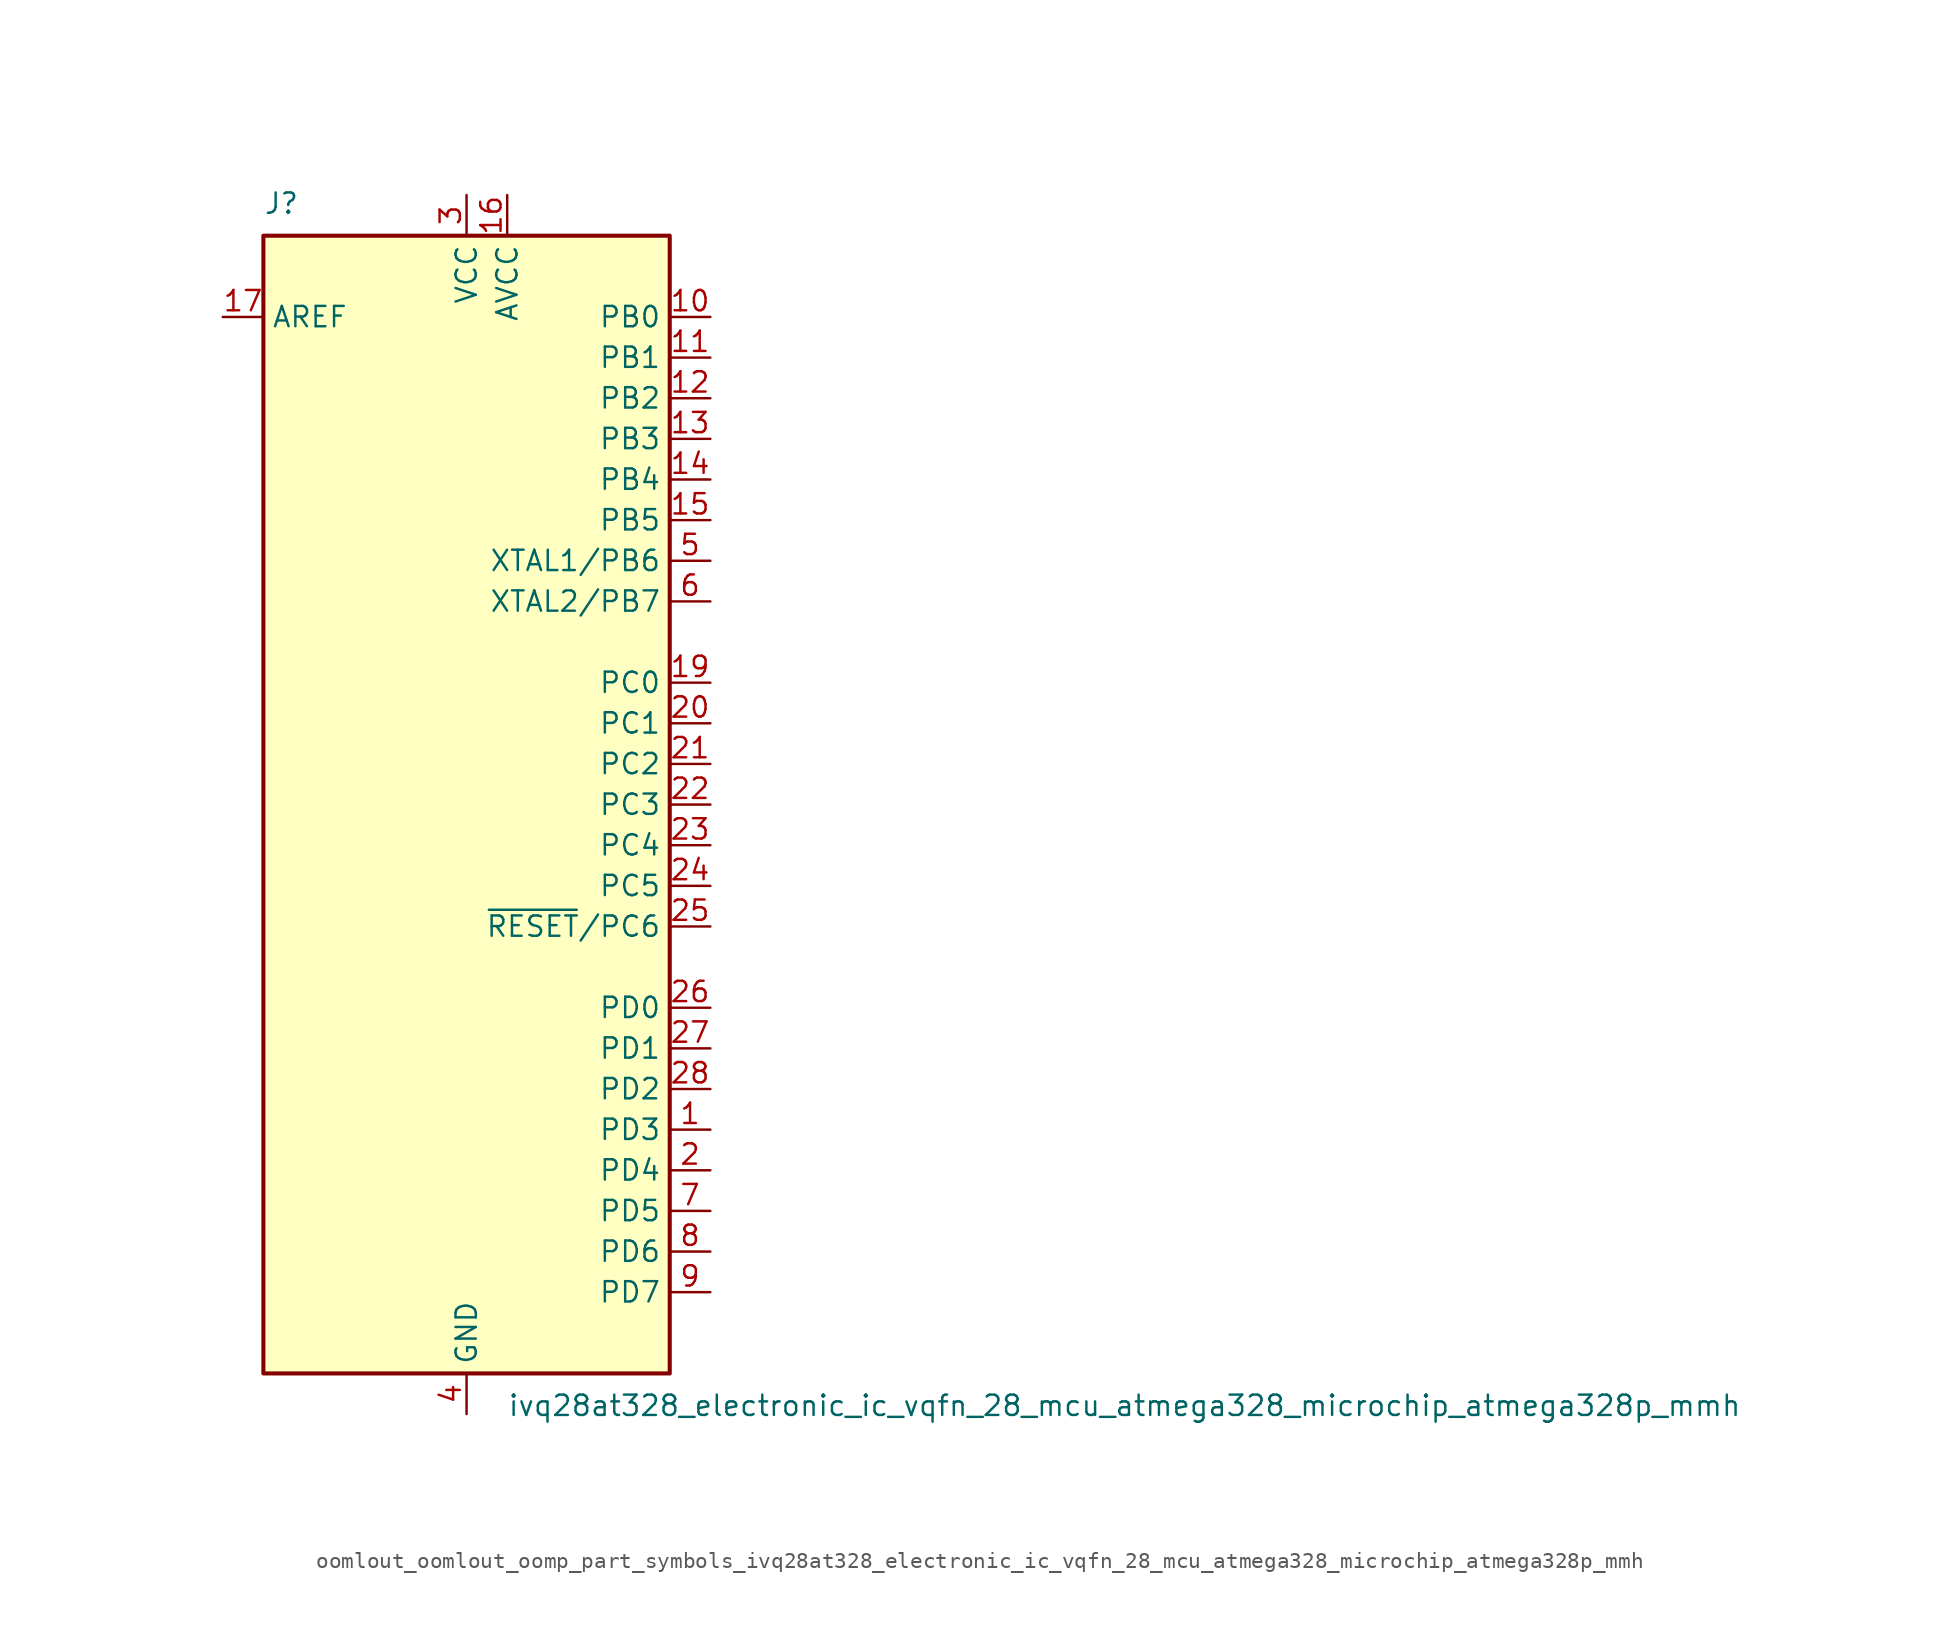
<source format=kicad_sym>
(kicad_symbol_lib
  (version 20220914)
  (generator kicad_symbol_editor)
  (symbol "oomlout_oomlout_oomp_part_symbols_ivq28at328_electronic_ic_vqfn_28_mcu_atmega328_microchip_atmega328p_mmh"
    (property "Reference" "J"
      (at -12.7 36.83 0)
      (effects (font (size 1.27 1.27)) (justify left bottom)))
    (property "Value" "ivq28at328_electronic_ic_vqfn_28_mcu_atmega328_microchip_atmega328p_mmh"
      (at 2.54 -36.83 0)
      (effects (font (size 1.27 1.27)) (justify left top)))
    (symbol "oomlout_oomlout_oomp_part_symbols_ivq28at328_electronic_ic_vqfn_28_mcu_atmega328_microchip_atmega328p_mmh_0_1"
      (rectangle (start -12.7 -35.56) (end 12.7 35.56) (stroke (width 0.254) (type default)) (fill (type background))))
    (symbol "oomlout_oomlout_oomp_part_symbols_ivq28at328_electronic_ic_vqfn_28_mcu_atmega328_microchip_atmega328p_mmh_1_1"
      (pin bidirectional line (at 15.24 -20.32 180) (length 2.54) (name "PD3" (effects (font (size 1.27 1.27)))) (number "1" (effects (font (size 1.27 1.27)))))
      (pin bidirectional line (at 15.24 30.48 180) (length 2.54) (name "PB0" (effects (font (size 1.27 1.27)))) (number "10" (effects (font (size 1.27 1.27)))))
      (pin bidirectional line (at 15.24 27.94 180) (length 2.54) (name "PB1" (effects (font (size 1.27 1.27)))) (number "11" (effects (font (size 1.27 1.27)))))
      (pin bidirectional line (at 15.24 25.4 180) (length 2.54) (name "PB2" (effects (font (size 1.27 1.27)))) (number "12" (effects (font (size 1.27 1.27)))))
      (pin bidirectional line (at 15.24 22.86 180) (length 2.54) (name "PB3" (effects (font (size 1.27 1.27)))) (number "13" (effects (font (size 1.27 1.27)))))
      (pin bidirectional line (at 15.24 20.32 180) (length 2.54) (name "PB4" (effects (font (size 1.27 1.27)))) (number "14" (effects (font (size 1.27 1.27)))))
      (pin bidirectional line (at 15.24 17.78 180) (length 2.54) (name "PB5" (effects (font (size 1.27 1.27)))) (number "15" (effects (font (size 1.27 1.27)))))
      (pin power_in line (at 2.54 38.1 270) (length 2.54) (name "AVCC" (effects (font (size 1.27 1.27)))) (number "16" (effects (font (size 1.27 1.27)))))
      (pin passive line (at -15.24 30.48 0) (length 2.54) (name "AREF" (effects (font (size 1.27 1.27)))) (number "17" (effects (font (size 1.27 1.27)))))
      (pin passive line (at 0 -38.1 90) (length 2.54) hide (name "GND" (effects (font (size 1.27 1.27)))) (number "18" (effects (font (size 1.27 1.27)))))
      (pin bidirectional line (at 15.24 7.62 180) (length 2.54) (name "PC0" (effects (font (size 1.27 1.27)))) (number "19" (effects (font (size 1.27 1.27)))))
      (pin bidirectional line (at 15.24 -22.86 180) (length 2.54) (name "PD4" (effects (font (size 1.27 1.27)))) (number "2" (effects (font (size 1.27 1.27)))))
      (pin bidirectional line (at 15.24 5.08 180) (length 2.54) (name "PC1" (effects (font (size 1.27 1.27)))) (number "20" (effects (font (size 1.27 1.27)))))
      (pin bidirectional line (at 15.24 2.54 180) (length 2.54) (name "PC2" (effects (font (size 1.27 1.27)))) (number "21" (effects (font (size 1.27 1.27)))))
      (pin bidirectional line (at 15.24 0 180) (length 2.54) (name "PC3" (effects (font (size 1.27 1.27)))) (number "22" (effects (font (size 1.27 1.27)))))
      (pin bidirectional line (at 15.24 -2.54 180) (length 2.54) (name "PC4" (effects (font (size 1.27 1.27)))) (number "23" (effects (font (size 1.27 1.27)))))
      (pin bidirectional line (at 15.24 -5.08 180) (length 2.54) (name "PC5" (effects (font (size 1.27 1.27)))) (number "24" (effects (font (size 1.27 1.27)))))
      (pin bidirectional line (at 15.24 -7.62 180) (length 2.54) (name "~{RESET}/PC6" (effects (font (size 1.27 1.27)))) (number "25" (effects (font (size 1.27 1.27)))))
      (pin bidirectional line (at 15.24 -12.7 180) (length 2.54) (name "PD0" (effects (font (size 1.27 1.27)))) (number "26" (effects (font (size 1.27 1.27)))))
      (pin bidirectional line (at 15.24 -15.24 180) (length 2.54) (name "PD1" (effects (font (size 1.27 1.27)))) (number "27" (effects (font (size 1.27 1.27)))))
      (pin bidirectional line (at 15.24 -17.78 180) (length 2.54) (name "PD2" (effects (font (size 1.27 1.27)))) (number "28" (effects (font (size 1.27 1.27)))))
      (pin passive line (at 0 -38.1 90) (length 2.54) hide (name "GND" (effects (font (size 1.27 1.27)))) (number "29" (effects (font (size 1.27 1.27)))))
      (pin power_in line (at 0 38.1 270) (length 2.54) (name "VCC" (effects (font (size 1.27 1.27)))) (number "3" (effects (font (size 1.27 1.27)))))
      (pin power_in line (at 0 -38.1 90) (length 2.54) (name "GND" (effects (font (size 1.27 1.27)))) (number "4" (effects (font (size 1.27 1.27)))))
      (pin bidirectional line (at 15.24 15.24 180) (length 2.54) (name "XTAL1/PB6" (effects (font (size 1.27 1.27)))) (number "5" (effects (font (size 1.27 1.27)))))
      (pin bidirectional line (at 15.24 12.7 180) (length 2.54) (name "XTAL2/PB7" (effects (font (size 1.27 1.27)))) (number "6" (effects (font (size 1.27 1.27)))))
      (pin bidirectional line (at 15.24 -25.4 180) (length 2.54) (name "PD5" (effects (font (size 1.27 1.27)))) (number "7" (effects (font (size 1.27 1.27)))))
      (pin bidirectional line (at 15.24 -27.94 180) (length 2.54) (name "PD6" (effects (font (size 1.27 1.27)))) (number "8" (effects (font (size 1.27 1.27)))))
      (pin bidirectional line (at 15.24 -30.48 180) (length 2.54) (name "PD7" (effects (font (size 1.27 1.27)))) (number "9" (effects (font (size 1.27 1.27))))))))
</source>
